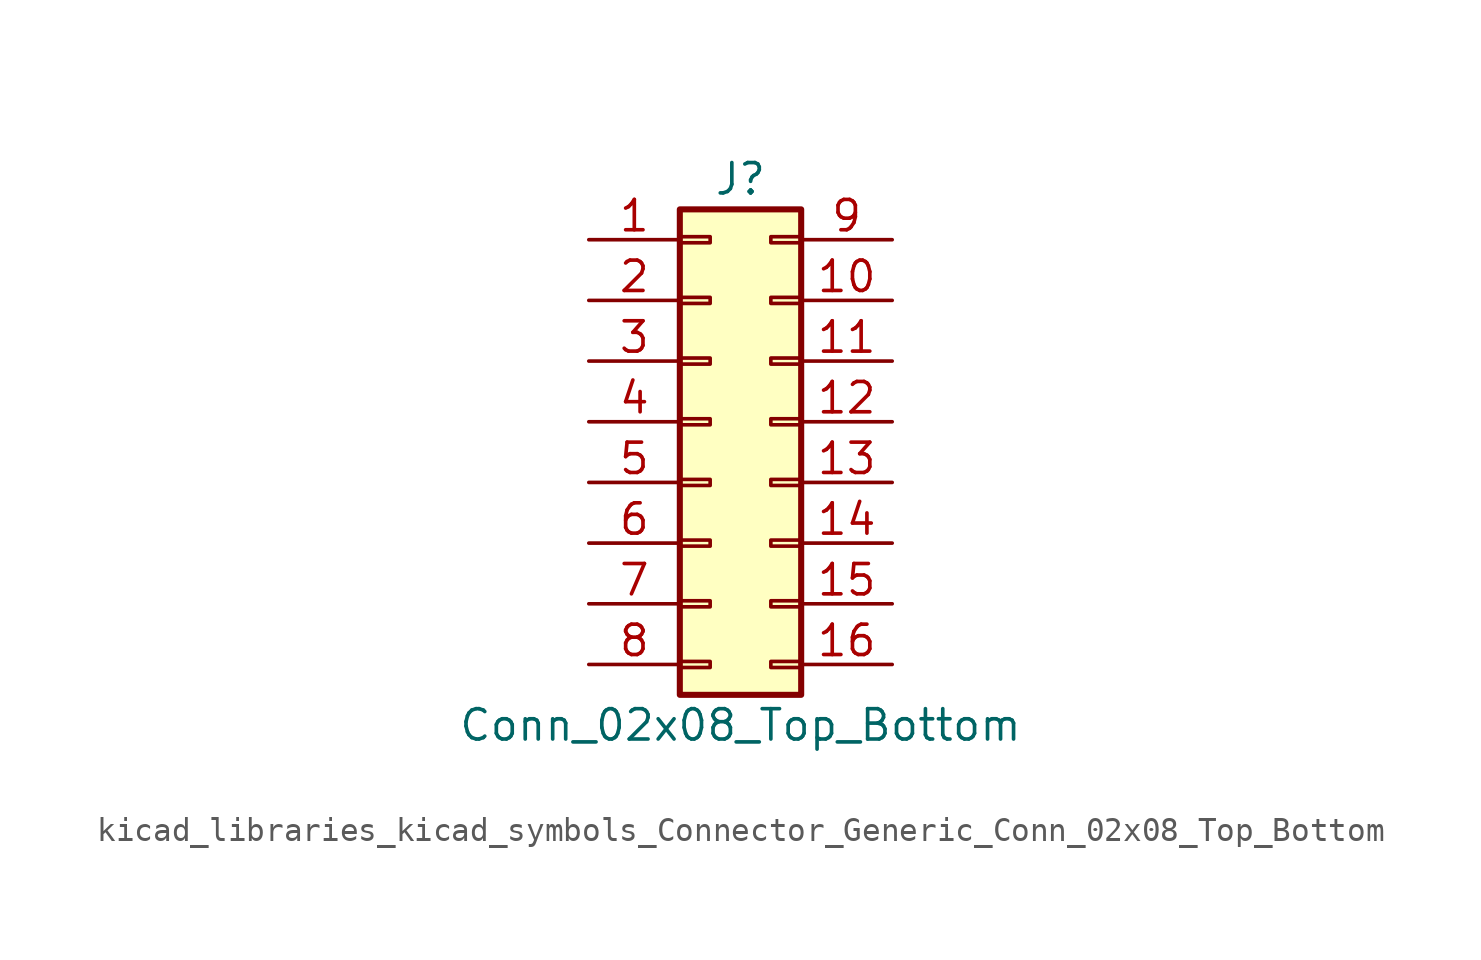
<source format=kicad_sym>
(kicad_symbol_lib
  (version 20220914)
  (generator kicad_symbol_editor)
  (symbol "kicad_libraries_kicad_symbols_Connector_Generic_Conn_02x08_Top_Bottom"
    (pin_names
      (offset 1.016) hide)
    (property "Reference" "J"
      (at 1.27 10.16 0)
      (effects (font (size 1.27 1.27))))
    (property "Value" "Conn_02x08_Top_Bottom"
      (at 1.27 -12.7 0)
      (effects (font (size 1.27 1.27))))
    (symbol "kicad_libraries_kicad_symbols_Connector_Generic_Conn_02x08_Top_Bottom_1_1"
      (rectangle (start -1.27 -10.033) (end 0 -10.287) (stroke (width 0.152) (type default)) (fill (type none)))
      (rectangle (start -1.27 -7.493) (end 0 -7.747) (stroke (width 0.152) (type default)) (fill (type none)))
      (rectangle (start -1.27 -4.953) (end 0 -5.207) (stroke (width 0.152) (type default)) (fill (type none)))
      (rectangle (start -1.27 -2.413) (end 0 -2.667) (stroke (width 0.152) (type default)) (fill (type none)))
      (rectangle (start -1.27 0.127) (end 0 -0.127) (stroke (width 0.152) (type default)) (fill (type none)))
      (rectangle (start -1.27 2.667) (end 0 2.413) (stroke (width 0.152) (type default)) (fill (type none)))
      (rectangle (start -1.27 5.207) (end 0 4.953) (stroke (width 0.152) (type default)) (fill (type none)))
      (rectangle (start -1.27 7.747) (end 0 7.493) (stroke (width 0.152) (type default)) (fill (type none)))
      (rectangle (start -1.27 8.89) (end 3.81 -11.43) (stroke (width 0.254) (type default)) (fill (type background)))
      (rectangle (start 3.81 -10.033) (end 2.54 -10.287) (stroke (width 0.152) (type default)) (fill (type none)))
      (rectangle (start 3.81 -7.493) (end 2.54 -7.747) (stroke (width 0.152) (type default)) (fill (type none)))
      (rectangle (start 3.81 -4.953) (end 2.54 -5.207) (stroke (width 0.152) (type default)) (fill (type none)))
      (rectangle (start 3.81 -2.413) (end 2.54 -2.667) (stroke (width 0.152) (type default)) (fill (type none)))
      (rectangle (start 3.81 0.127) (end 2.54 -0.127) (stroke (width 0.152) (type default)) (fill (type none)))
      (rectangle (start 3.81 2.667) (end 2.54 2.413) (stroke (width 0.152) (type default)) (fill (type none)))
      (rectangle (start 3.81 5.207) (end 2.54 4.953) (stroke (width 0.152) (type default)) (fill (type none)))
      (rectangle (start 3.81 7.747) (end 2.54 7.493) (stroke (width 0.152) (type default)) (fill (type none)))
      (pin passive line (at -5.08 7.62 0) (length 3.81) (name "Pin_1" (effects (font (size 1.27 1.27)))) (number "1" (effects (font (size 1.27 1.27)))))
      (pin passive line (at 7.62 5.08 180) (length 3.81) (name "Pin_10" (effects (font (size 1.27 1.27)))) (number "10" (effects (font (size 1.27 1.27)))))
      (pin passive line (at 7.62 2.54 180) (length 3.81) (name "Pin_11" (effects (font (size 1.27 1.27)))) (number "11" (effects (font (size 1.27 1.27)))))
      (pin passive line (at 7.62 0 180) (length 3.81) (name "Pin_12" (effects (font (size 1.27 1.27)))) (number "12" (effects (font (size 1.27 1.27)))))
      (pin passive line (at 7.62 -2.54 180) (length 3.81) (name "Pin_13" (effects (font (size 1.27 1.27)))) (number "13" (effects (font (size 1.27 1.27)))))
      (pin passive line (at 7.62 -5.08 180) (length 3.81) (name "Pin_14" (effects (font (size 1.27 1.27)))) (number "14" (effects (font (size 1.27 1.27)))))
      (pin passive line (at 7.62 -7.62 180) (length 3.81) (name "Pin_15" (effects (font (size 1.27 1.27)))) (number "15" (effects (font (size 1.27 1.27)))))
      (pin passive line (at 7.62 -10.16 180) (length 3.81) (name "Pin_16" (effects (font (size 1.27 1.27)))) (number "16" (effects (font (size 1.27 1.27)))))
      (pin passive line (at -5.08 5.08 0) (length 3.81) (name "Pin_2" (effects (font (size 1.27 1.27)))) (number "2" (effects (font (size 1.27 1.27)))))
      (pin passive line (at -5.08 2.54 0) (length 3.81) (name "Pin_3" (effects (font (size 1.27 1.27)))) (number "3" (effects (font (size 1.27 1.27)))))
      (pin passive line (at -5.08 0 0) (length 3.81) (name "Pin_4" (effects (font (size 1.27 1.27)))) (number "4" (effects (font (size 1.27 1.27)))))
      (pin passive line (at -5.08 -2.54 0) (length 3.81) (name "Pin_5" (effects (font (size 1.27 1.27)))) (number "5" (effects (font (size 1.27 1.27)))))
      (pin passive line (at -5.08 -5.08 0) (length 3.81) (name "Pin_6" (effects (font (size 1.27 1.27)))) (number "6" (effects (font (size 1.27 1.27)))))
      (pin passive line (at -5.08 -7.62 0) (length 3.81) (name "Pin_7" (effects (font (size 1.27 1.27)))) (number "7" (effects (font (size 1.27 1.27)))))
      (pin passive line (at -5.08 -10.16 0) (length 3.81) (name "Pin_8" (effects (font (size 1.27 1.27)))) (number "8" (effects (font (size 1.27 1.27)))))
      (pin passive line (at 7.62 7.62 180) (length 3.81) (name "Pin_9" (effects (font (size 1.27 1.27)))) (number "9" (effects (font (size 1.27 1.27))))))))
</source>
